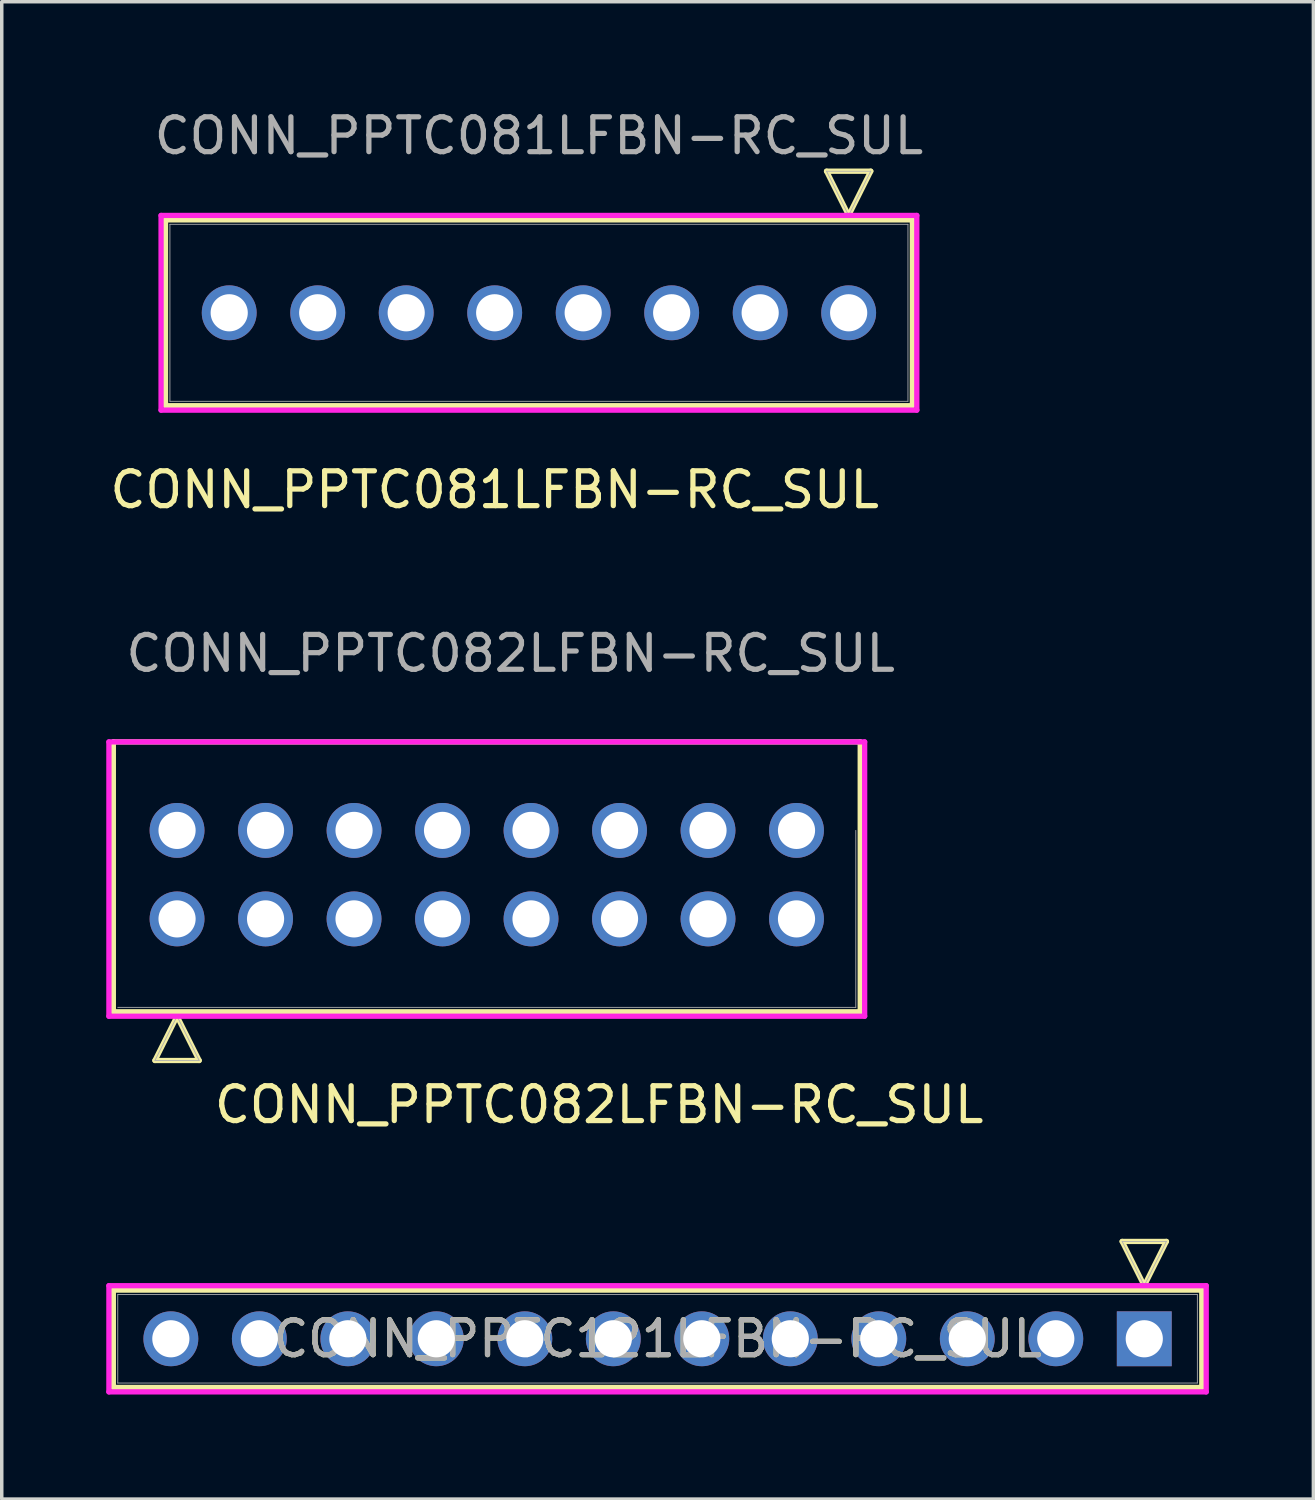
<source format=kicad_pcb>
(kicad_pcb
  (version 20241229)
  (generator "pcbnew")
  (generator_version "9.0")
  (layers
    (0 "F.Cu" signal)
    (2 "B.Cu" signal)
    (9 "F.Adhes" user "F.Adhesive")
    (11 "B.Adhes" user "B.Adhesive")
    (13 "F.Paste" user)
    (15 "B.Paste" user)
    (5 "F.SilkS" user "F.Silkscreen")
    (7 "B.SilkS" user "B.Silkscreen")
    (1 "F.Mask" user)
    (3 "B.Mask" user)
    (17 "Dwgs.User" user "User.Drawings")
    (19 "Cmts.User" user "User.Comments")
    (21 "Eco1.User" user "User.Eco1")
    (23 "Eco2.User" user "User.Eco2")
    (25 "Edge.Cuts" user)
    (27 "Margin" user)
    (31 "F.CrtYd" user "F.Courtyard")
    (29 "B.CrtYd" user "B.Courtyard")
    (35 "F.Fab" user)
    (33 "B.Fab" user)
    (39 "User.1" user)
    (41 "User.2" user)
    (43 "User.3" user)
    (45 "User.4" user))
  (footprint "CONN_PPTC082LFBN-RC_SUL"
    (layer "F.Cu")
    (at 2.032 23.325)
    (property "Reference" "CONN_PPTC082LFBN-RC_SUL" (at 12.116 5.334 0) (unlocked yes) (layer "F.SilkS") (effects (font (size 1 1) (thickness 0.15))))
    (attr through_hole)
    (fp_line (start -1.829 -5.08) (end -1.829 2.667) (stroke (width 0.152) (type solid)) (layer "F.SilkS"))
    (fp_line (start -1.829 2.667) (end 19.609 2.667) (stroke (width 0.152) (type solid)) (layer "F.SilkS"))
    (fp_line (start -0.635 4.064) (end 0 2.794) (stroke (width 0.152) (type solid)) (layer "F.SilkS"))
    (fp_line (start 0 2.794) (end 0.635 4.064) (stroke (width 0.152) (type solid)) (layer "F.SilkS"))
    (fp_line (start 0.635 4.064) (end -0.635 4.064) (stroke (width 0.152) (type solid)) (layer "F.SilkS"))
    (fp_line (start 19.609 -5.08) (end -1.829 -5.08) (stroke (width 0.152) (type solid)) (layer "F.SilkS"))
    (fp_line (start 19.609 2.667) (end 19.609 -5.08) (stroke (width 0.152) (type solid)) (layer "F.SilkS"))
    (fp_line (start -1.956 -5.08) (end -1.956 2.794) (stroke (width 0.152) (type solid)) (layer "F.CrtYd"))
    (fp_line (start -1.956 2.794) (end 19.736 2.794) (stroke (width 0.152) (type solid)) (layer "F.CrtYd"))
    (fp_line (start 19.736 -5.08) (end -1.956 -5.08) (stroke (width 0.152) (type solid)) (layer "F.CrtYd"))
    (fp_line (start 19.736 2.794) (end 19.736 -5.08) (stroke (width 0.152) (type solid)) (layer "F.CrtYd"))
    (fp_line (start -1.702 2.54) (end 19.482 2.54) (stroke (width 0.025) (type solid)) (layer "F.Fab"))
    (fp_line (start -0.635 4.064) (end 0 2.794) (stroke (width 0.025) (type solid)) (layer "F.Fab"))
    (fp_line (start 0 2.794) (end 0.635 4.064) (stroke (width 0.025) (type solid)) (layer "F.Fab"))
    (fp_line (start 0.635 4.064) (end -0.635 4.064) (stroke (width 0.025) (type solid)) (layer "F.Fab"))
    (fp_line (start 19.482 2.54) (end 19.482 -2.54) (stroke (width 0.025) (type solid)) (layer "F.Fab"))
    (fp_text user "${REFERENCE}" (at 9.576 -7.62 0) (unlocked yes) (layer "F.Fab") (effects (font (size 1 1) (thickness 0.15))))
    (pad "1" thru_hole circle (at 0 0 180) (size 1.575 1.575) (drill 1.067) (layers "*.Cu" "*.Mask"))
    (pad "2" thru_hole circle (at 2.54 0 180) (size 1.575 1.575) (drill 1.067) (layers "*.Cu" "*.Mask"))
    (pad "3" thru_hole circle (at 5.08 0 180) (size 1.575 1.575) (drill 1.067) (layers "*.Cu" "*.Mask"))
    (pad "4" thru_hole circle (at 7.62 0 180) (size 1.575 1.575) (drill 1.067) (layers "*.Cu" "*.Mask"))
    (pad "5" thru_hole circle (at 10.16 0 180) (size 1.575 1.575) (drill 1.067) (layers "*.Cu" "*.Mask"))
    (pad "6" thru_hole circle (at 12.7 0 180) (size 1.575 1.575) (drill 1.067) (layers "*.Cu" "*.Mask"))
    (pad "7" thru_hole circle (at 15.24 0 180) (size 1.575 1.575) (drill 1.067) (layers "*.Cu" "*.Mask"))
    (pad "8" thru_hole circle (at 17.78 0 180) (size 1.575 1.575) (drill 1.067) (layers "*.Cu" "*.Mask"))
    (pad "9" thru_hole circle (at 0 -2.54 180) (size 1.575 1.575) (drill 1.067) (layers "*.Cu" "*.Mask"))
    (pad "10" thru_hole circle (at 2.54 -2.54 180) (size 1.575 1.575) (drill 1.067) (layers "*.Cu" "*.Mask"))
    (pad "11" thru_hole circle (at 5.08 -2.54 180) (size 1.575 1.575) (drill 1.067) (layers "*.Cu" "*.Mask"))
    (pad "12" thru_hole circle (at 7.62 -2.54 180) (size 1.575 1.575) (drill 1.067) (layers "*.Cu" "*.Mask"))
    (pad "13" thru_hole circle (at 10.16 -2.54 180) (size 1.575 1.575) (drill 1.067) (layers "*.Cu" "*.Mask"))
    (pad "14" thru_hole circle (at 12.7 -2.54 180) (size 1.575 1.575) (drill 1.067) (layers "*.Cu" "*.Mask"))
    (pad "15" thru_hole circle (at 15.24 -2.54 180) (size 1.575 1.575) (drill 1.067) (layers "*.Cu" "*.Mask"))
    (pad "16" thru_hole circle (at 17.78 -2.54 180) (size 1.575 1.575) (drill 1.067) (layers "*.Cu" "*.Mask")))
  (footprint "CONN_PPTC081LFBN-RC_SUL"
    (layer "F.Cu")
    (at 21.309 5.928)
    (property "Reference" "CONN_PPTC081LFBN-RC_SUL" (at -10.16 5.08 0) (unlocked yes) (layer "F.SilkS") (effects (font (size 1 1) (thickness 0.15))))
    (attr through_hole)
    (fp_line (start -19.609 -2.667) (end -19.609 2.667) (stroke (width 0.152) (type solid)) (layer "F.SilkS"))
    (fp_line (start -19.609 2.667) (end 1.829 2.667) (stroke (width 0.152) (type solid)) (layer "F.SilkS"))
    (fp_line (start -0.635 -4.064) (end 0.635 -4.064) (stroke (width 0.152) (type solid)) (layer "F.SilkS"))
    (fp_line (start 0 -2.794) (end -0.635 -4.064) (stroke (width 0.152) (type solid)) (layer "F.SilkS"))
    (fp_line (start 0.635 -4.064) (end 0 -2.794) (stroke (width 0.152) (type solid)) (layer "F.SilkS"))
    (fp_line (start 1.829 -2.667) (end -19.609 -2.667) (stroke (width 0.152) (type solid)) (layer "F.SilkS"))
    (fp_line (start 1.829 2.667) (end 1.829 -2.667) (stroke (width 0.152) (type solid)) (layer "F.SilkS"))
    (fp_line (start -19.736 -2.794) (end -19.736 2.794) (stroke (width 0.152) (type solid)) (layer "F.CrtYd"))
    (fp_line (start -19.736 2.794) (end 1.956 2.794) (stroke (width 0.152) (type solid)) (layer "F.CrtYd"))
    (fp_line (start 1.956 -2.794) (end -19.736 -2.794) (stroke (width 0.152) (type solid)) (layer "F.CrtYd"))
    (fp_line (start 1.956 2.794) (end 1.956 -2.794) (stroke (width 0.152) (type solid)) (layer "F.CrtYd"))
    (fp_line (start -19.482 -2.54) (end -19.482 2.54) (stroke (width 0.025) (type solid)) (layer "F.Fab"))
    (fp_line (start -19.482 2.54) (end 1.702 2.54) (stroke (width 0.025) (type solid)) (layer "F.Fab"))
    (fp_line (start -0.635 -4.064) (end 0.635 -4.064) (stroke (width 0.025) (type solid)) (layer "F.Fab"))
    (fp_line (start 0 -2.794) (end -0.635 -4.064) (stroke (width 0.025) (type solid)) (layer "F.Fab"))
    (fp_line (start 0.635 -4.064) (end 0 -2.794) (stroke (width 0.025) (type solid)) (layer "F.Fab"))
    (fp_line (start 1.702 -2.54) (end -19.482 -2.54) (stroke (width 0.025) (type solid)) (layer "F.Fab"))
    (fp_line (start 1.702 2.54) (end 1.702 -2.54) (stroke (width 0.025) (type solid)) (layer "F.Fab"))
    (fp_text user "${REFERENCE}" (at -8.89 -5.08 0) (unlocked yes) (layer "F.Fab") (effects (font (size 1 1) (thickness 0.15))))
    (pad "1" thru_hole circle (at 0 0) (size 1.575 1.575) (drill 1.067) (layers "*.Cu" "*.Mask"))
    (pad "2" thru_hole circle (at -2.54 0) (size 1.575 1.575) (drill 1.067) (layers "*.Cu" "*.Mask"))
    (pad "3" thru_hole circle (at -5.08 0) (size 1.575 1.575) (drill 1.067) (layers "*.Cu" "*.Mask"))
    (pad "4" thru_hole circle (at -7.62 0) (size 1.575 1.575) (drill 1.067) (layers "*.Cu" "*.Mask"))
    (pad "5" thru_hole circle (at -10.16 0) (size 1.575 1.575) (drill 1.067) (layers "*.Cu" "*.Mask"))
    (pad "6" thru_hole circle (at -12.7 0) (size 1.575 1.575) (drill 1.067) (layers "*.Cu" "*.Mask"))
    (pad "7" thru_hole circle (at -15.24 0) (size 1.575 1.575) (drill 1.067) (layers "*.Cu" "*.Mask"))
    (pad "8" thru_hole circle (at -17.78 0) (size 1.575 1.575) (drill 1.067) (layers "*.Cu" "*.Mask")))
  (footprint "CONN_PPTC121LFBN-RC_SUL"
    (layer "F.Cu")
    (at 29.794 35.377)
    (property "Reference" "CONN_PPTC121LFBN-RC_SUL" (at -13.97 0 0) (unlocked yes) (layer "F.SilkS") (effects (font (size 1 1) (thickness 0.15))))
    (attr through_hole)
    (fp_line (start -29.591 -1.397) (end -29.591 1.397) (stroke (width 0.152) (type solid)) (layer "F.SilkS"))
    (fp_line (start -29.591 1.397) (end 1.651 1.397) (stroke (width 0.152) (type solid)) (layer "F.SilkS"))
    (fp_line (start -0.635 -2.794) (end 0.635 -2.794) (stroke (width 0.152) (type solid)) (layer "F.SilkS"))
    (fp_line (start 0 -1.524) (end -0.635 -2.794) (stroke (width 0.152) (type solid)) (layer "F.SilkS"))
    (fp_line (start 0.635 -2.794) (end 0 -1.524) (stroke (width 0.152) (type solid)) (layer "F.SilkS"))
    (fp_line (start 1.651 -1.397) (end -29.591 -1.397) (stroke (width 0.152) (type solid)) (layer "F.SilkS"))
    (fp_line (start 1.651 1.397) (end 1.651 -1.397) (stroke (width 0.152) (type solid)) (layer "F.SilkS"))
    (fp_line (start -29.718 -1.524) (end -29.718 1.524) (stroke (width 0.152) (type solid)) (layer "F.CrtYd"))
    (fp_line (start -29.718 1.524) (end 1.778 1.524) (stroke (width 0.152) (type solid)) (layer "F.CrtYd"))
    (fp_line (start 1.778 -1.524) (end -29.718 -1.524) (stroke (width 0.152) (type solid)) (layer "F.CrtYd"))
    (fp_line (start 1.778 1.524) (end 1.778 -1.524) (stroke (width 0.152) (type solid)) (layer "F.CrtYd"))
    (fp_line (start -29.464 -1.27) (end -29.464 1.27) (stroke (width 0.025) (type solid)) (layer "F.Fab"))
    (fp_line (start -29.464 1.27) (end 1.524 1.27) (stroke (width 0.025) (type solid)) (layer "F.Fab"))
    (fp_line (start -0.635 -2.794) (end 0.635 -2.794) (stroke (width 0.025) (type solid)) (layer "F.Fab"))
    (fp_line (start 0 -1.524) (end -0.635 -2.794) (stroke (width 0.025) (type solid)) (layer "F.Fab"))
    (fp_line (start 0.635 -2.794) (end 0 -1.524) (stroke (width 0.025) (type solid)) (layer "F.Fab"))
    (fp_line (start 1.524 -1.27) (end -29.464 -1.27) (stroke (width 0.025) (type solid)) (layer "F.Fab"))
    (fp_line (start 1.524 1.27) (end 1.524 -1.27) (stroke (width 0.025) (type solid)) (layer "F.Fab"))
    (fp_text user "${REFERENCE}" (at -13.97 0 0) (unlocked yes) (layer "F.Fab") (effects (font (size 1 1) (thickness 0.15))))
    (pad "1" thru_hole rect (at 0 0) (size 1.575 1.575) (drill 1.067) (layers "*.Cu" "*.Mask"))
    (pad "2" thru_hole circle (at -2.54 0) (size 1.575 1.575) (drill 1.067) (layers "*.Cu" "*.Mask"))
    (pad "3" thru_hole circle (at -5.08 0) (size 1.575 1.575) (drill 1.067) (layers "*.Cu" "*.Mask"))
    (pad "4" thru_hole circle (at -7.62 0) (size 1.575 1.575) (drill 1.067) (layers "*.Cu" "*.Mask"))
    (pad "5" thru_hole circle (at -10.16 0) (size 1.575 1.575) (drill 1.067) (layers "*.Cu" "*.Mask"))
    (pad "6" thru_hole circle (at -12.7 0) (size 1.575 1.575) (drill 1.067) (layers "*.Cu" "*.Mask"))
    (pad "7" thru_hole circle (at -15.24 0) (size 1.575 1.575) (drill 1.067) (layers "*.Cu" "*.Mask"))
    (pad "8" thru_hole circle (at -17.78 0) (size 1.575 1.575) (drill 1.067) (layers "*.Cu" "*.Mask"))
    (pad "9" thru_hole circle (at -20.32 0) (size 1.575 1.575) (drill 1.067) (layers "*.Cu" "*.Mask"))
    (pad "10" thru_hole circle (at -22.86 0) (size 1.575 1.575) (drill 1.067) (layers "*.Cu" "*.Mask"))
    (pad "11" thru_hole circle (at -25.4 0) (size 1.575 1.575) (drill 1.067) (layers "*.Cu" "*.Mask"))
    (pad "12" thru_hole circle (at -27.94 0) (size 1.575 1.575) (drill 1.067) (layers "*.Cu" "*.Mask")))
  (gr_rect
    (start -3 -3)
    (end 34.648 39.977)
    (stroke (width 0.1) (type default))
    (fill no)
    (layer "Edge.Cuts")))
</source>
